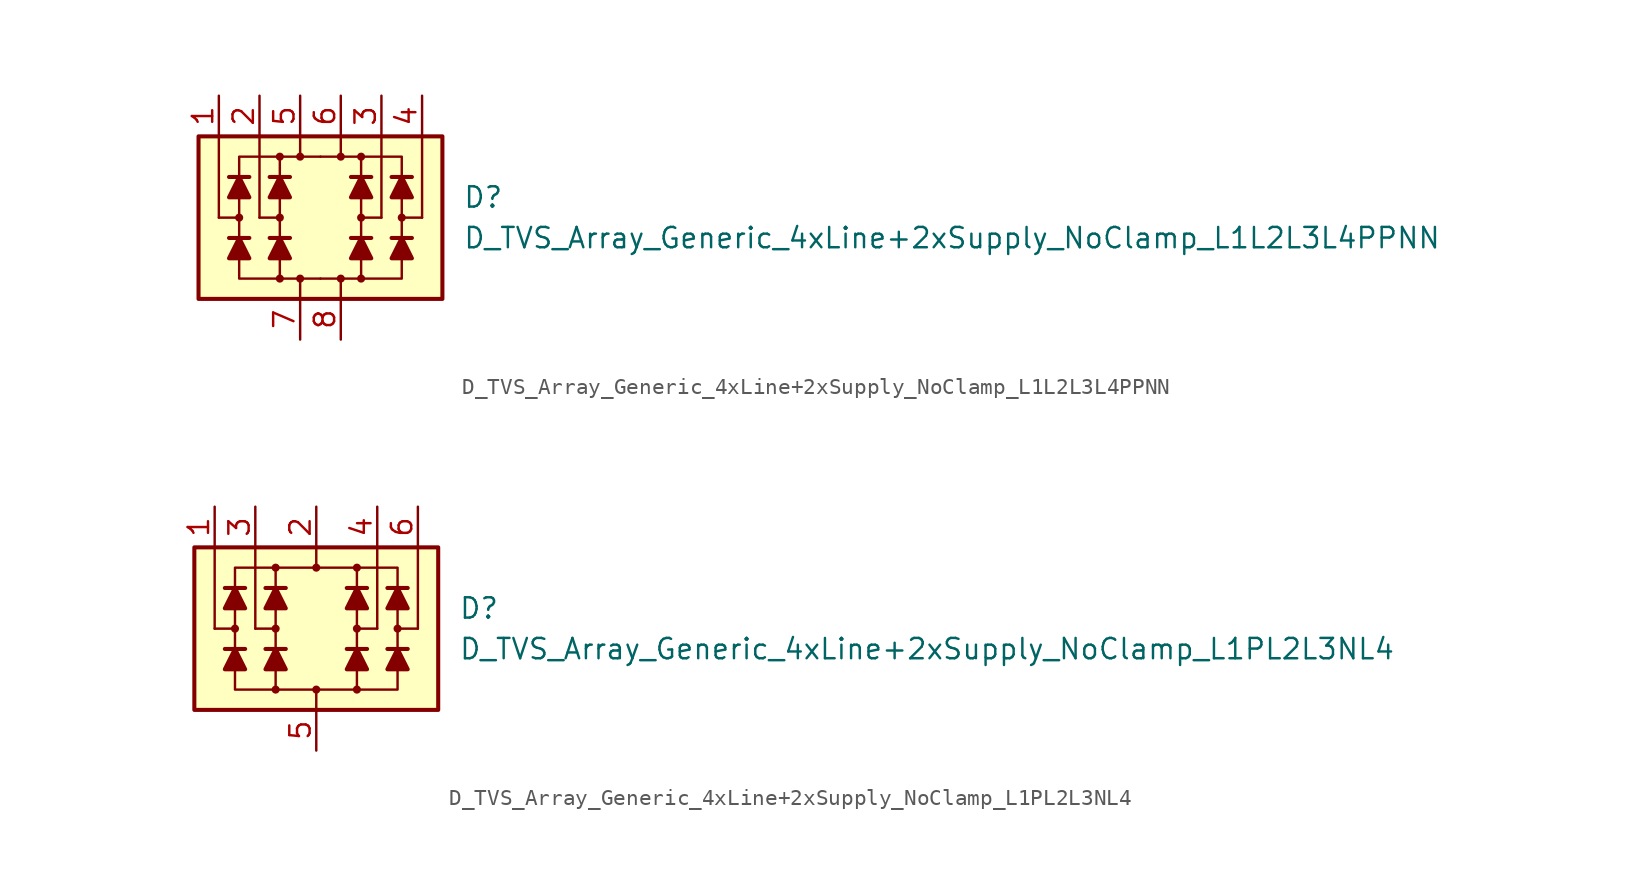
<source format=kicad_sym>
(kicad_symbol_lib
  (version 20211014)
  (generator kicad_symbol_editor)
  (symbol "D_TVS_Array_Generic_4xLine+2xSupply_NoClamp_L1L2L3L4PPNN"
    (pin_names
      (offset 1.016) hide)
    (property "Reference" "D"
      (at 8.89 1.27 0)
      (effects (font (size 1.27 1.27)) (justify left)))
    (property "Value" "D_TVS_Array_Generic_4xLine+2xSupply_NoClamp_L1L2L3L4PPNN"
      (at 8.89 -1.27 0)
      (effects (font (size 1.27 1.27)) (justify left)))
    (symbol "D_TVS_Array_Generic_4xLine+2xSupply_NoClamp_L1L2L3L4PPNN_0_1"
      (rectangle (start -7.62 5.08) (end 7.62 -5.08) (stroke (width 0.254) (type default) (color 0 0 0 0)) (fill (type background)))
      (circle (center -2.54 0) (radius 0.178) (stroke (width 0) (type default) (color 0 0 0 0)) (fill (type outline)))
      (polyline (pts (xy -4.445 -1.27) (xy -5.715 -1.27)) (stroke (width 0.254) (type default) (color 0 0 0 0)) (fill (type none)))
      (polyline (pts (xy -4.445 2.54) (xy -5.715 2.54)) (stroke (width 0.254) (type default) (color 0 0 0 0)) (fill (type none)))
      (polyline (pts (xy -3.81 0) (xy -3.81 5.08)) (stroke (width 0) (type default) (color 0 0 0 0)) (fill (type none)))
      (polyline (pts (xy -2.54 -1.27) (xy -2.54 1.27)) (stroke (width 0) (type default) (color 0 0 0 0)) (fill (type none)))
      (polyline (pts (xy -2.54 0) (xy -3.81 0)) (stroke (width 0) (type default) (color 0 0 0 0)) (fill (type none)))
      (polyline (pts (xy -1.905 -1.27) (xy -3.175 -1.27)) (stroke (width 0.254) (type default) (color 0 0 0 0)) (fill (type none)))
      (polyline (pts (xy -1.905 2.54) (xy -3.175 2.54)) (stroke (width 0.254) (type default) (color 0 0 0 0)) (fill (type none)))
      (polyline (pts (xy -1.27 -5.08) (xy -1.27 -3.81)) (stroke (width 0) (type default) (color 0 0 0 0)) (fill (type none)))
      (polyline (pts (xy -1.27 5.08) (xy -1.27 3.81)) (stroke (width 0) (type default) (color 0 0 0 0)) (fill (type none)))
      (polyline (pts (xy 1.27 -5.08) (xy 1.27 -3.81)) (stroke (width 0) (type default) (color 0 0 0 0)) (fill (type none)))
      (polyline (pts (xy 1.27 5.08) (xy 1.27 3.81)) (stroke (width 0) (type default) (color 0 0 0 0)) (fill (type none)))
      (polyline (pts (xy 2.54 -1.27) (xy 2.54 1.27)) (stroke (width 0) (type default) (color 0 0 0 0)) (fill (type none)))
      (polyline (pts (xy 2.54 0) (xy 3.81 0)) (stroke (width 0) (type default) (color 0 0 0 0)) (fill (type none)))
      (polyline (pts (xy 3.175 -1.27) (xy 1.905 -1.27)) (stroke (width 0.254) (type default) (color 0 0 0 0)) (fill (type none)))
      (polyline (pts (xy 3.175 2.54) (xy 1.905 2.54)) (stroke (width 0.254) (type default) (color 0 0 0 0)) (fill (type none)))
      (polyline (pts (xy 3.81 0) (xy 3.81 5.08)) (stroke (width 0) (type default) (color 0 0 0 0)) (fill (type none)))
      (polyline (pts (xy 5.715 -1.27) (xy 4.445 -1.27)) (stroke (width 0.254) (type default) (color 0 0 0 0)) (fill (type none)))
      (polyline (pts (xy 5.715 2.54) (xy 4.445 2.54)) (stroke (width 0.254) (type default) (color 0 0 0 0)) (fill (type none)))
      (polyline (pts (xy -5.08 -1.27) (xy -4.445 -2.54) (xy -5.715 -2.54) (xy -5.08 -1.27)) (stroke (width 0.254) (type default) (color 0 0 0 0)) (fill (type outline)))
      (polyline (pts (xy -5.08 2.54) (xy -4.445 1.27) (xy -5.715 1.27) (xy -5.08 2.54)) (stroke (width 0.254) (type default) (color 0 0 0 0)) (fill (type outline)))
      (polyline (pts (xy -2.54 -1.27) (xy -1.905 -2.54) (xy -3.175 -2.54) (xy -2.54 -1.27)) (stroke (width 0.254) (type default) (color 0 0 0 0)) (fill (type outline)))
      (polyline (pts (xy -2.54 2.54) (xy -1.905 1.27) (xy -3.175 1.27) (xy -2.54 2.54)) (stroke (width 0.254) (type default) (color 0 0 0 0)) (fill (type outline)))
      (polyline (pts (xy 0 -3.81) (xy -5.08 -3.81) (xy -5.08 3.81) (xy 0 3.81)) (stroke (width 0) (type default) (color 0 0 0 0)) (fill (type none)))
      (polyline (pts (xy 0 -3.81) (xy 5.08 -3.81) (xy 5.08 3.81) (xy 0 3.81)) (stroke (width 0) (type default) (color 0 0 0 0)) (fill (type none)))
      (polyline (pts (xy 2.54 -1.27) (xy 3.175 -2.54) (xy 1.905 -2.54) (xy 2.54 -1.27)) (stroke (width 0.254) (type default) (color 0 0 0 0)) (fill (type outline)))
      (polyline (pts (xy 2.54 2.54) (xy 3.175 1.27) (xy 1.905 1.27) (xy 2.54 2.54)) (stroke (width 0.254) (type default) (color 0 0 0 0)) (fill (type outline)))
      (polyline (pts (xy 5.08 -1.27) (xy 5.715 -2.54) (xy 4.445 -2.54) (xy 5.08 -1.27)) (stroke (width 0.254) (type default) (color 0 0 0 0)) (fill (type outline)))
      (polyline (pts (xy 5.08 2.54) (xy 5.715 1.27) (xy 4.445 1.27) (xy 5.08 2.54)) (stroke (width 0.254) (type default) (color 0 0 0 0)) (fill (type outline)))
      (circle (center 2.54 0) (radius 0.178) (stroke (width 0) (type default) (color 0 0 0 0)) (fill (type outline))))
    (symbol "D_TVS_Array_Generic_4xLine+2xSupply_NoClamp_L1L2L3L4PPNN_1_1"
      (circle (center -5.08 0) (radius 0.178) (stroke (width 0) (type default) (color 0 0 0 0)) (fill (type outline)))
      (circle (center -2.54 -3.81) (radius 0.178) (stroke (width 0) (type default) (color 0 0 0 0)) (fill (type outline)))
      (circle (center -2.54 3.81) (radius 0.178) (stroke (width 0) (type default) (color 0 0 0 0)) (fill (type outline)))
      (circle (center -1.27 -3.81) (radius 0.178) (stroke (width 0) (type default) (color 0 0 0 0)) (fill (type outline)))
      (circle (center -1.27 3.81) (radius 0.178) (stroke (width 0) (type default) (color 0 0 0 0)) (fill (type outline)))
      (polyline (pts (xy -6.35 0) (xy -6.35 5.08)) (stroke (width 0) (type default) (color 0 0 0 0)) (fill (type none)))
      (polyline (pts (xy -5.08 0) (xy -6.35 0)) (stroke (width 0) (type default) (color 0 0 0 0)) (fill (type none)))
      (polyline (pts (xy -2.54 -3.81) (xy -2.54 -1.27)) (stroke (width 0) (type default) (color 0 0 0 0)) (fill (type none)))
      (polyline (pts (xy -2.54 1.27) (xy -2.54 3.81)) (stroke (width 0) (type default) (color 0 0 0 0)) (fill (type none)))
      (polyline (pts (xy 2.54 -3.81) (xy 2.54 -1.27)) (stroke (width 0) (type default) (color 0 0 0 0)) (fill (type none)))
      (polyline (pts (xy 2.54 1.27) (xy 2.54 3.81)) (stroke (width 0) (type default) (color 0 0 0 0)) (fill (type none)))
      (polyline (pts (xy 5.08 0) (xy 6.35 0)) (stroke (width 0) (type default) (color 0 0 0 0)) (fill (type none)))
      (polyline (pts (xy 6.35 0) (xy 6.35 5.08)) (stroke (width 0) (type default) (color 0 0 0 0)) (fill (type none)))
      (circle (center 1.27 -3.81) (radius 0.178) (stroke (width 0) (type default) (color 0 0 0 0)) (fill (type outline)))
      (circle (center 1.27 3.81) (radius 0.178) (stroke (width 0) (type default) (color 0 0 0 0)) (fill (type outline)))
      (circle (center 2.54 -3.81) (radius 0.178) (stroke (width 0) (type default) (color 0 0 0 0)) (fill (type outline)))
      (circle (center 2.54 3.81) (radius 0.178) (stroke (width 0) (type default) (color 0 0 0 0)) (fill (type outline)))
      (circle (center 5.08 0) (radius 0.178) (stroke (width 0) (type default) (color 0 0 0 0)) (fill (type outline)))
      (pin passive line (at -6.35 7.62 270) (length 2.54) (name "L1" (effects (font (size 1.27 1.27)))) (number "1" (effects (font (size 1.27 1.27)))))
      (pin passive line (at -3.81 7.62 270) (length 2.54) (name "L2" (effects (font (size 1.27 1.27)))) (number "2" (effects (font (size 1.27 1.27)))))
      (pin passive line (at 3.81 7.62 270) (length 2.54) (name "L3" (effects (font (size 1.27 1.27)))) (number "3" (effects (font (size 1.27 1.27)))))
      (pin passive line (at 6.35 7.62 270) (length 2.54) (name "L4" (effects (font (size 1.27 1.27)))) (number "4" (effects (font (size 1.27 1.27)))))
      (pin passive line (at -1.27 7.62 270) (length 2.54) (name "VP" (effects (font (size 1.27 1.27)))) (number "5" (effects (font (size 1.27 1.27)))))
      (pin passive line (at 1.27 7.62 270) (length 2.54) (name "VP" (effects (font (size 1.27 1.27)))) (number "6" (effects (font (size 1.27 1.27)))))
      (pin passive line (at -1.27 -7.62 90) (length 2.54) (name "VN" (effects (font (size 1.27 1.27)))) (number "7" (effects (font (size 1.27 1.27)))))
      (pin passive line (at 1.27 -7.62 90) (length 2.54) (name "VN" (effects (font (size 1.27 1.27)))) (number "8" (effects (font (size 1.27 1.27)))))))
  (symbol "D_TVS_Array_Generic_4xLine+2xSupply_NoClamp_L1PL2L3NL4"
    (pin_names
      (offset 1.016) hide)
    (property "Reference" "D"
      (at 8.89 1.27 0)
      (effects (font (size 1.27 1.27)) (justify left)))
    (property "Value" "D_TVS_Array_Generic_4xLine+2xSupply_NoClamp_L1PL2L3NL4"
      (at 8.89 -1.27 0)
      (effects (font (size 1.27 1.27)) (justify left)))
    (symbol "D_TVS_Array_Generic_4xLine+2xSupply_NoClamp_L1PL2L3NL4_0_1"
      (rectangle (start -7.62 5.08) (end 7.62 -5.08) (stroke (width 0.254) (type default) (color 0 0 0 0)) (fill (type background)))
      (circle (center -2.54 0) (radius 0.178) (stroke (width 0) (type default) (color 0 0 0 0)) (fill (type outline)))
      (polyline (pts (xy -4.445 -1.27) (xy -5.715 -1.27)) (stroke (width 0.254) (type default) (color 0 0 0 0)) (fill (type none)))
      (polyline (pts (xy -4.445 2.54) (xy -5.715 2.54)) (stroke (width 0.254) (type default) (color 0 0 0 0)) (fill (type none)))
      (polyline (pts (xy -3.81 0) (xy -3.81 5.08)) (stroke (width 0) (type default) (color 0 0 0 0)) (fill (type none)))
      (polyline (pts (xy -2.54 -1.27) (xy -2.54 1.27)) (stroke (width 0) (type default) (color 0 0 0 0)) (fill (type none)))
      (polyline (pts (xy -2.54 0) (xy -3.81 0)) (stroke (width 0) (type default) (color 0 0 0 0)) (fill (type none)))
      (polyline (pts (xy -1.905 -1.27) (xy -3.175 -1.27)) (stroke (width 0.254) (type default) (color 0 0 0 0)) (fill (type none)))
      (polyline (pts (xy -1.905 2.54) (xy -3.175 2.54)) (stroke (width 0.254) (type default) (color 0 0 0 0)) (fill (type none)))
      (polyline (pts (xy 0 -5.08) (xy 0 -3.81)) (stroke (width 0) (type default) (color 0 0 0 0)) (fill (type none)))
      (polyline (pts (xy 0 5.08) (xy 0 3.81)) (stroke (width 0) (type default) (color 0 0 0 0)) (fill (type none)))
      (polyline (pts (xy 2.54 -1.27) (xy 2.54 1.27)) (stroke (width 0) (type default) (color 0 0 0 0)) (fill (type none)))
      (polyline (pts (xy 2.54 0) (xy 3.81 0)) (stroke (width 0) (type default) (color 0 0 0 0)) (fill (type none)))
      (polyline (pts (xy 3.175 -1.27) (xy 1.905 -1.27)) (stroke (width 0.254) (type default) (color 0 0 0 0)) (fill (type none)))
      (polyline (pts (xy 3.175 2.54) (xy 1.905 2.54)) (stroke (width 0.254) (type default) (color 0 0 0 0)) (fill (type none)))
      (polyline (pts (xy 3.81 0) (xy 3.81 5.08)) (stroke (width 0) (type default) (color 0 0 0 0)) (fill (type none)))
      (polyline (pts (xy 5.715 -1.27) (xy 4.445 -1.27)) (stroke (width 0.254) (type default) (color 0 0 0 0)) (fill (type none)))
      (polyline (pts (xy 5.715 2.54) (xy 4.445 2.54)) (stroke (width 0.254) (type default) (color 0 0 0 0)) (fill (type none)))
      (polyline (pts (xy -5.08 -1.27) (xy -4.445 -2.54) (xy -5.715 -2.54) (xy -5.08 -1.27)) (stroke (width 0.254) (type default) (color 0 0 0 0)) (fill (type outline)))
      (polyline (pts (xy -5.08 2.54) (xy -4.445 1.27) (xy -5.715 1.27) (xy -5.08 2.54)) (stroke (width 0.254) (type default) (color 0 0 0 0)) (fill (type outline)))
      (polyline (pts (xy -2.54 -1.27) (xy -1.905 -2.54) (xy -3.175 -2.54) (xy -2.54 -1.27)) (stroke (width 0.254) (type default) (color 0 0 0 0)) (fill (type outline)))
      (polyline (pts (xy -2.54 2.54) (xy -1.905 1.27) (xy -3.175 1.27) (xy -2.54 2.54)) (stroke (width 0.254) (type default) (color 0 0 0 0)) (fill (type outline)))
      (polyline (pts (xy 0 -3.81) (xy -5.08 -3.81) (xy -5.08 3.81) (xy 0 3.81)) (stroke (width 0) (type default) (color 0 0 0 0)) (fill (type none)))
      (polyline (pts (xy 0 -3.81) (xy 5.08 -3.81) (xy 5.08 3.81) (xy 0 3.81)) (stroke (width 0) (type default) (color 0 0 0 0)) (fill (type none)))
      (polyline (pts (xy 2.54 -1.27) (xy 3.175 -2.54) (xy 1.905 -2.54) (xy 2.54 -1.27)) (stroke (width 0.254) (type default) (color 0 0 0 0)) (fill (type outline)))
      (polyline (pts (xy 2.54 2.54) (xy 3.175 1.27) (xy 1.905 1.27) (xy 2.54 2.54)) (stroke (width 0.254) (type default) (color 0 0 0 0)) (fill (type outline)))
      (polyline (pts (xy 5.08 -1.27) (xy 5.715 -2.54) (xy 4.445 -2.54) (xy 5.08 -1.27)) (stroke (width 0.254) (type default) (color 0 0 0 0)) (fill (type outline)))
      (polyline (pts (xy 5.08 2.54) (xy 5.715 1.27) (xy 4.445 1.27) (xy 5.08 2.54)) (stroke (width 0.254) (type default) (color 0 0 0 0)) (fill (type outline)))
      (circle (center 2.54 0) (radius 0.178) (stroke (width 0) (type default) (color 0 0 0 0)) (fill (type outline))))
    (symbol "D_TVS_Array_Generic_4xLine+2xSupply_NoClamp_L1PL2L3NL4_1_1"
      (circle (center -5.08 0) (radius 0.178) (stroke (width 0) (type default) (color 0 0 0 0)) (fill (type outline)))
      (circle (center -2.54 -3.81) (radius 0.178) (stroke (width 0) (type default) (color 0 0 0 0)) (fill (type outline)))
      (circle (center -2.54 3.81) (radius 0.178) (stroke (width 0) (type default) (color 0 0 0 0)) (fill (type outline)))
      (circle (center 0 -3.81) (radius 0.178) (stroke (width 0) (type default) (color 0 0 0 0)) (fill (type outline)))
      (polyline (pts (xy -6.35 0) (xy -6.35 5.08)) (stroke (width 0) (type default) (color 0 0 0 0)) (fill (type none)))
      (polyline (pts (xy -5.08 0) (xy -6.35 0)) (stroke (width 0) (type default) (color 0 0 0 0)) (fill (type none)))
      (polyline (pts (xy -2.54 -3.81) (xy -2.54 -1.27)) (stroke (width 0) (type default) (color 0 0 0 0)) (fill (type none)))
      (polyline (pts (xy -2.54 1.27) (xy -2.54 3.81)) (stroke (width 0) (type default) (color 0 0 0 0)) (fill (type none)))
      (polyline (pts (xy 2.54 -3.81) (xy 2.54 -1.27)) (stroke (width 0) (type default) (color 0 0 0 0)) (fill (type none)))
      (polyline (pts (xy 2.54 1.27) (xy 2.54 3.81)) (stroke (width 0) (type default) (color 0 0 0 0)) (fill (type none)))
      (polyline (pts (xy 5.08 0) (xy 6.35 0)) (stroke (width 0) (type default) (color 0 0 0 0)) (fill (type none)))
      (polyline (pts (xy 6.35 0) (xy 6.35 5.08)) (stroke (width 0) (type default) (color 0 0 0 0)) (fill (type none)))
      (circle (center 0 3.81) (radius 0.178) (stroke (width 0) (type default) (color 0 0 0 0)) (fill (type outline)))
      (circle (center 2.54 -3.81) (radius 0.178) (stroke (width 0) (type default) (color 0 0 0 0)) (fill (type outline)))
      (circle (center 2.54 3.81) (radius 0.178) (stroke (width 0) (type default) (color 0 0 0 0)) (fill (type outline)))
      (circle (center 5.08 0) (radius 0.178) (stroke (width 0) (type default) (color 0 0 0 0)) (fill (type outline)))
      (pin passive line (at -6.35 7.62 270) (length 2.54) (name "L1" (effects (font (size 1.27 1.27)))) (number "1" (effects (font (size 1.27 1.27)))))
      (pin passive line (at 0 7.62 270) (length 2.54) (name "VP" (effects (font (size 1.27 1.27)))) (number "2" (effects (font (size 1.27 1.27)))))
      (pin passive line (at -3.81 7.62 270) (length 2.54) (name "L2" (effects (font (size 1.27 1.27)))) (number "3" (effects (font (size 1.27 1.27)))))
      (pin passive line (at 3.81 7.62 270) (length 2.54) (name "L3" (effects (font (size 1.27 1.27)))) (number "4" (effects (font (size 1.27 1.27)))))
      (pin passive line (at 0 -7.62 90) (length 2.54) (name "VN" (effects (font (size 1.27 1.27)))) (number "5" (effects (font (size 1.27 1.27)))))
      (pin passive line (at 6.35 7.62 270) (length 2.54) (name "L4" (effects (font (size 1.27 1.27)))) (number "6" (effects (font (size 1.27 1.27))))))))
</source>
